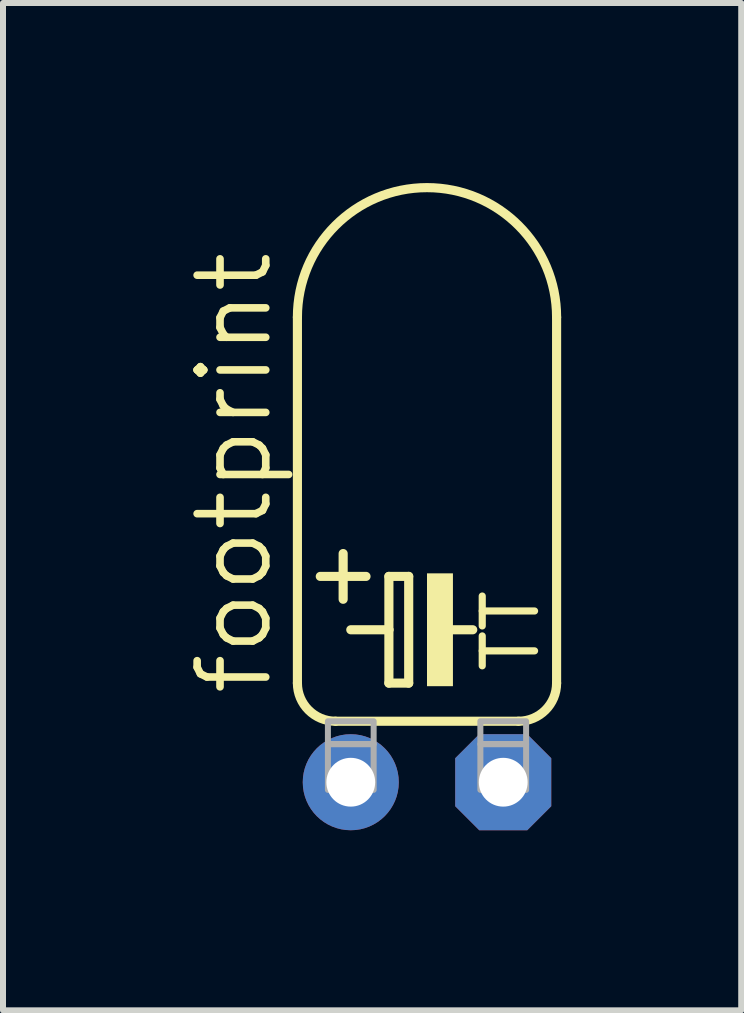
<source format=kicad_pcb>
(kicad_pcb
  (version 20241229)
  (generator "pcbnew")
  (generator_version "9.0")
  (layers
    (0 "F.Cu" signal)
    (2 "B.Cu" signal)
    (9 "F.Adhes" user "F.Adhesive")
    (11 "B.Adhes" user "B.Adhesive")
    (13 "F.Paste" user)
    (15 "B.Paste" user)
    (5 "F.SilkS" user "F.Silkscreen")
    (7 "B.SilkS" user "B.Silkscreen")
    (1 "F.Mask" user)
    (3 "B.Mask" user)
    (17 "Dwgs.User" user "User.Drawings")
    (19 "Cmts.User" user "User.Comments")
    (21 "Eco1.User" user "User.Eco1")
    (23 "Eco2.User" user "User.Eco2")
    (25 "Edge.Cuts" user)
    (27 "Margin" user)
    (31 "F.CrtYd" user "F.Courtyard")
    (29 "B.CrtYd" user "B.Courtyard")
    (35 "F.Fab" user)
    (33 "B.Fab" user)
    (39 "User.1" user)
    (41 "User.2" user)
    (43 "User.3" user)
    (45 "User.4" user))
  (footprint "footprint"
    (layer "F.Cu")
    (at 4.064 9.982)
    (property "Reference" "footprint" (at -2.54 -1.397 90) (layer "F.SilkS") (effects (font (size 1.143 1.143) (thickness 0.127)) (justify left bottom)))
    (fp_line (start -2.159 -7.747) (end -2.159 -1.651) (stroke (width 0.152) (type solid)) (layer "F.SilkS"))
    (fp_line (start -1.778 -3.429) (end -1.016 -3.429) (stroke (width 0.152) (type solid)) (layer "F.SilkS"))
    (fp_line (start -1.524 -1.016) (end 1.524 -1.016) (stroke (width 0.152) (type solid)) (layer "F.SilkS"))
    (fp_line (start -1.397 -3.81) (end -1.397 -3.048) (stroke (width 0.152) (type solid)) (layer "F.SilkS"))
    (fp_line (start -1.27 -2.54) (end -0.635 -2.54) (stroke (width 0.152) (type solid)) (layer "F.SilkS"))
    (fp_line (start -0.635 -3.429) (end -0.635 -2.54) (stroke (width 0.152) (type solid)) (layer "F.SilkS"))
    (fp_line (start -0.635 -2.54) (end -0.635 -1.651) (stroke (width 0.152) (type solid)) (layer "F.SilkS"))
    (fp_line (start -0.635 -1.651) (end -0.305 -1.651) (stroke (width 0.152) (type solid)) (layer "F.SilkS"))
    (fp_line (start -0.305 -3.429) (end -0.635 -3.429) (stroke (width 0.152) (type solid)) (layer "F.SilkS"))
    (fp_line (start -0.305 -1.651) (end -0.305 -3.429) (stroke (width 0.152) (type solid)) (layer "F.SilkS"))
    (fp_line (start 0.254 -2.54) (end 0.762 -2.54) (stroke (width 0.152) (type solid)) (layer "F.SilkS"))
    (fp_line (start 2.159 -7.747) (end 2.159 -1.651) (stroke (width 0.152) (type solid)) (layer "F.SilkS"))
    (fp_arc (start -2.159 -7.747) (mid 0 -9.906) (end 2.159 -7.747) (stroke (width 0.1524) (type solid)) (layer "F.SilkS"))
    (fp_arc (start -1.524 -1.016) (mid -1.973013 -1.201987) (end -2.159 -1.651) (stroke (width 0.1524) (type solid)) (layer "F.SilkS"))
    (fp_arc (start 2.159 -1.651) (mid 1.973013 -1.201987) (end 1.524 -1.016) (stroke (width 0.1524) (type solid)) (layer "F.SilkS"))
    (fp_poly (pts (xy 0 -1.6) (xy 0.432 -1.6) (xy 0.432 -3.48) (xy 0 -3.48)) (stroke (width 0) (type solid)) (fill yes) (layer "F.SilkS"))
    (fp_poly (pts (xy -1.651 -0.635) (xy -0.889 -0.635) (xy -0.889 -1.016) (xy -1.651 -1.016)) (stroke (width 0.1) (type solid)) (fill no) (layer "F.Fab"))
    (fp_poly (pts (xy -1.651 0.127) (xy -0.889 0.127) (xy -0.889 -0.635) (xy -1.651 -0.635)) (stroke (width 0.1) (type solid)) (fill no) (layer "F.Fab"))
    (fp_poly (pts (xy 0.889 -0.635) (xy 1.651 -0.635) (xy 1.651 -1.016) (xy 0.889 -1.016)) (stroke (width 0.1) (type solid)) (fill no) (layer "F.Fab"))
    (fp_poly (pts (xy 0.889 0.127) (xy 1.651 0.127) (xy 1.651 -0.635) (xy 0.889 -0.635)) (stroke (width 0.1) (type solid)) (fill no) (layer "F.Fab"))
    (fp_text user "TT" (at 1.905 -1.778 90) (layer "F.SilkS") (effects (font (size 0.872 0.872) (thickness 0.119)) (justify left bottom)))
    (pad "+" thru_hole circle (at -1.27 0) (size 1.6 1.6) (drill 0.813) (layers "*.Cu" "*.Mask"))
    (pad "-" thru_hole roundrect (at 1.27 0) (size 1.6 1.6) (drill 0.813) (layers "*.Cu" "*.Mask") (roundrect_rratio 0.25) (chamfer_ratio 0.25) (chamfer top_left top_right bottom_left bottom_right)))
  (gr_rect
    (start -3 -3)
    (end 9.299 13.782)
    (stroke (width 0.1) (type default))
    (fill no)
    (layer "Edge.Cuts")))
</source>
